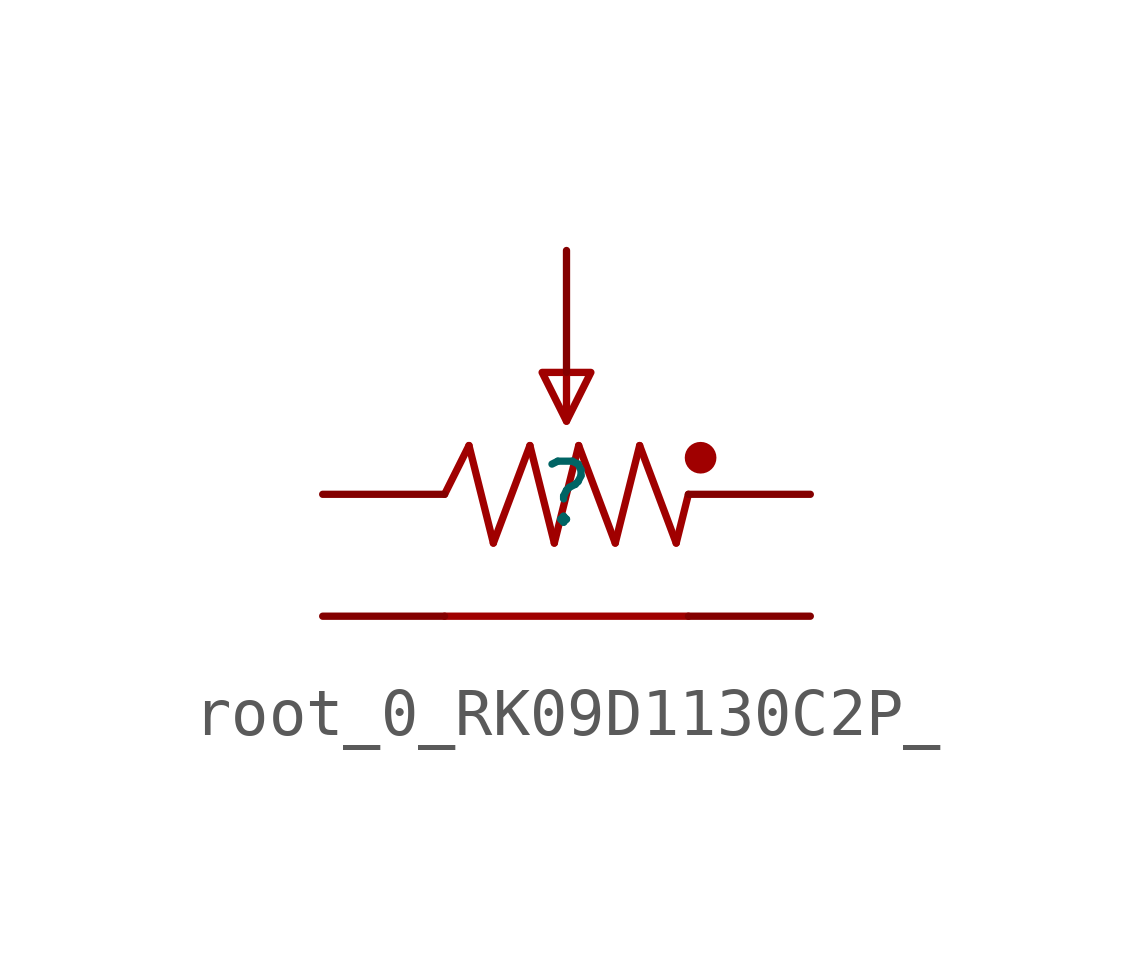
<source format=kicad_sym>
(kicad_symbol_lib
  (version 20241209)
  (generator "kicad_symbol_editor")
  (generator_version "9.0")
  (symbol "root_0_RK09D1130C2P_"
    (pin_numbers
      (hide yes))
    (pin_names
      (hide yes))
    (property "Reference" ""
      (at 0 0 0)
      (effects (font (size 1.27 1.27))))
    (property "Value" ""
      (at 0 0 0)
      (effects (font (size 1.27 1.27))))
    (symbol "root_0_RK09D1130C2P__1_0"
      (polyline (pts (xy -2.54 0) (xy -2.032 1.016)) (stroke (width 0) (type solid) (color 160 0 0 1)) (fill (type none)))
      (polyline (pts (xy -2.54 -2.54) (xy 2.54 -2.54)) (stroke (width 0) (type solid) (color 160 0 0 1)) (fill (type none)))
      (polyline (pts (xy -2.032 1.016) (xy -1.524 -1.016)) (stroke (width 0) (type solid) (color 160 0 0 1)) (fill (type none)))
      (polyline (pts (xy -1.524 -1.016) (xy -0.762 1.016)) (stroke (width 0) (type solid) (color 160 0 0 1)) (fill (type none)))
      (polyline (pts (xy -0.762 1.016) (xy -0.254 -1.016)) (stroke (width 0) (type solid) (color 160 0 0 1)) (fill (type none)))
      (polyline (pts (xy -0.508 2.54) (xy 0 1.524) (xy 0 1.524) (xy 0.508 2.54) (xy 0.508 2.54) (xy -0.508 2.54)) (stroke (width 0) (type solid) (color 160 0 0 1)) (fill (type none)))
      (polyline (pts (xy -0.254 -1.016) (xy 0.254 1.016)) (stroke (width 0) (type solid) (color 160 0 0 1)) (fill (type none)))
      (polyline (pts (xy 0 2.54) (xy 0 1.524)) (stroke (width 0) (type solid) (color 160 0 0 1)) (fill (type none)))
      (polyline (pts (xy 0.254 1.016) (xy 1.016 -1.016)) (stroke (width 0) (type solid) (color 160 0 0 1)) (fill (type none)))
      (polyline (pts (xy 1.016 -1.016) (xy 1.524 1.016)) (stroke (width 0) (type solid) (color 160 0 0 1)) (fill (type none)))
      (polyline (pts (xy 1.524 1.016) (xy 2.286 -1.016)) (stroke (width 0) (type solid) (color 160 0 0 1)) (fill (type none)))
      (polyline (pts (xy 2.286 -1.016) (xy 2.54 0)) (stroke (width 0) (type solid) (color 160 0 0 1)) (fill (type none)))
      (circle (center 2.794 0.762) (radius 0.254) (stroke (width 0) (type solid) (color 160 0 0 1)) (fill (type outline)))
      (pin passive line (at -5.08 0 0) (length 2.54) (name "3" (effects (font (size 1.27 1.27)))) (number "3" (effects (font (size 1.27 1.27)))))
      (pin passive line (at -5.08 -2.54 0) (length 2.54) (name "5" (effects (font (size 1.27 1.27)))) (number "5" (effects (font (size 1.27 1.27)))))
      (pin passive line (at 0 5.08 270) (length 2.54) (name "2" (effects (font (size 1.27 1.27)))) (number "2" (effects (font (size 1.27 1.27)))))
      (pin passive line (at 5.08 0 180) (length 2.54) (name "1" (effects (font (size 1.27 1.27)))) (number "1" (effects (font (size 1.27 1.27)))))
      (pin passive line (at 5.08 -2.54 180) (length 2.54) (name "4" (effects (font (size 1.27 1.27)))) (number "4" (effects (font (size 1.27 1.27))))))))
</source>
